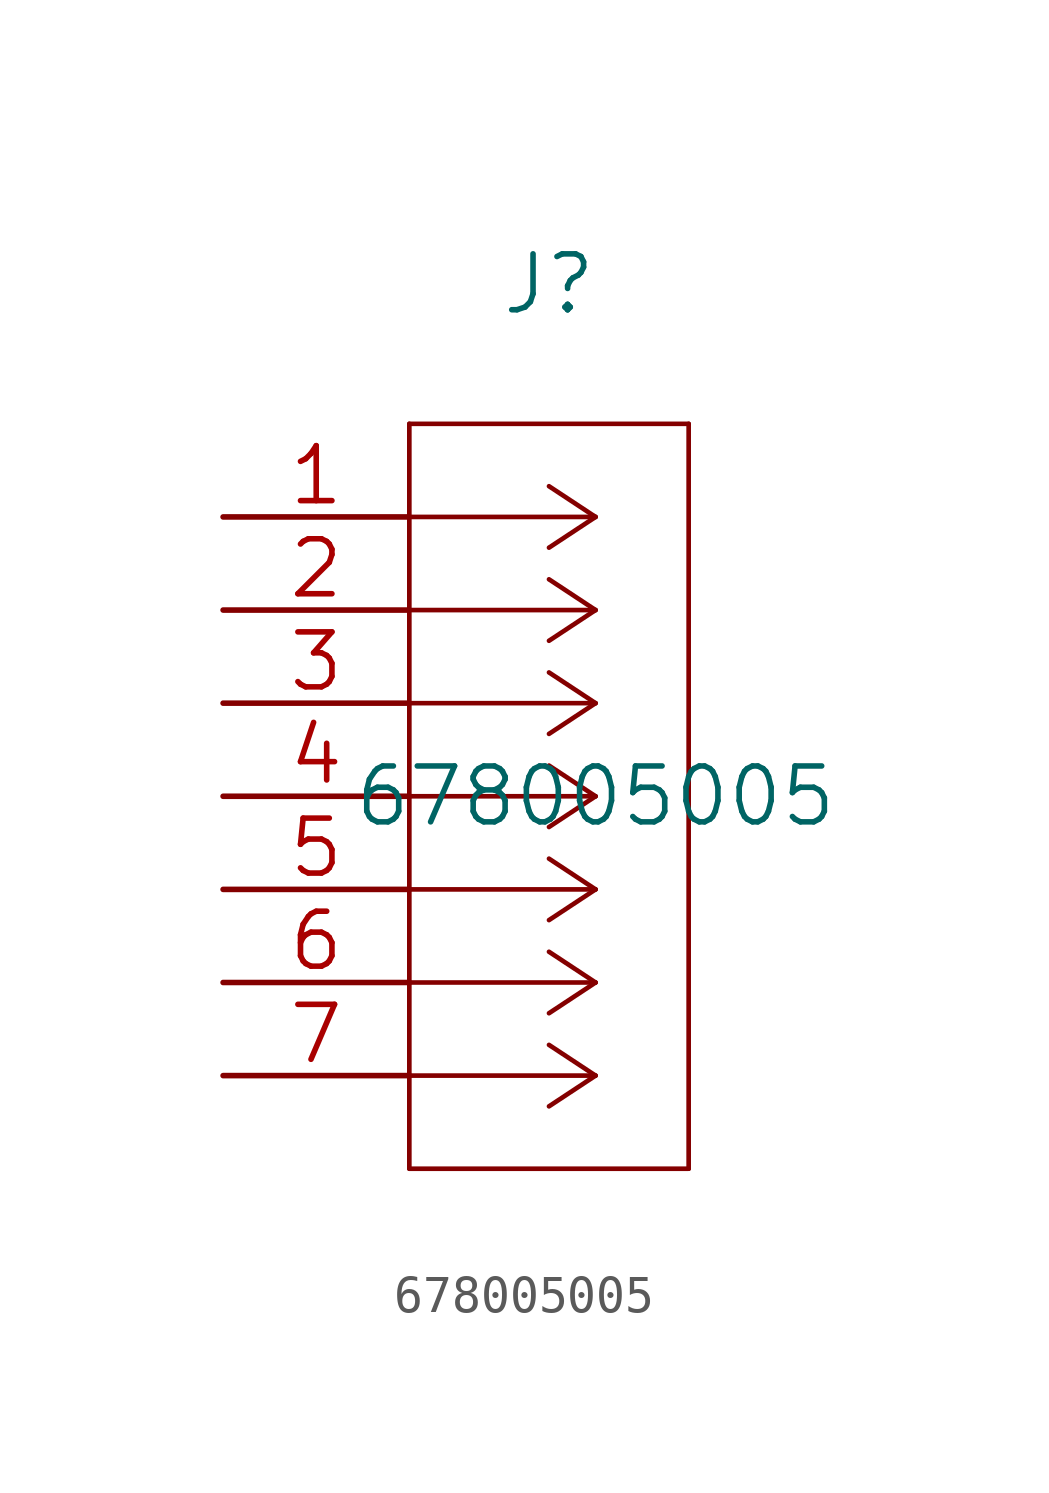
<source format=kicad_sym>
(kicad_symbol_lib
  (version 20211014)
  (generator kicad_symbol_editor)
  (symbol "678005005"
    (pin_names
      (offset 0.254) hide)
    (property "Reference" "J"
      (at 8.89 6.35 0)
      (effects (font (size 1.524 1.524))))
    (property "Value" "678005005"
      (at 10.16 -7.62 0)
      (effects (font (size 1.524 1.524))))
    (property "Datasheet" ""
      (at 0 0 0)
      (effects (font (size 1.524 1.524))))
    (property "ki_locked" ""
      (at 0 0 0)
      (effects (font (size 1.27 1.27))))
    (symbol "678005005_1_1"
      (polyline (pts (xy 5.08 -17.78) (xy 12.7 -17.78)) (stroke (width 0.127) (type default) (color 0 0 0 0)) (fill (type none)))
      (polyline (pts (xy 5.08 2.54) (xy 5.08 -17.78)) (stroke (width 0.127) (type default) (color 0 0 0 0)) (fill (type none)))
      (polyline (pts (xy 10.16 -15.24) (xy 5.08 -15.24)) (stroke (width 0.127) (type default) (color 0 0 0 0)) (fill (type none)))
      (polyline (pts (xy 10.16 -15.24) (xy 8.89 -16.078)) (stroke (width 0.127) (type default) (color 0 0 0 0)) (fill (type none)))
      (polyline (pts (xy 10.16 -15.24) (xy 8.89 -14.402)) (stroke (width 0.127) (type default) (color 0 0 0 0)) (fill (type none)))
      (polyline (pts (xy 10.16 -12.7) (xy 5.08 -12.7)) (stroke (width 0.127) (type default) (color 0 0 0 0)) (fill (type none)))
      (polyline (pts (xy 10.16 -12.7) (xy 8.89 -13.538)) (stroke (width 0.127) (type default) (color 0 0 0 0)) (fill (type none)))
      (polyline (pts (xy 10.16 -12.7) (xy 8.89 -11.862)) (stroke (width 0.127) (type default) (color 0 0 0 0)) (fill (type none)))
      (polyline (pts (xy 10.16 -10.16) (xy 5.08 -10.16)) (stroke (width 0.127) (type default) (color 0 0 0 0)) (fill (type none)))
      (polyline (pts (xy 10.16 -10.16) (xy 8.89 -10.998)) (stroke (width 0.127) (type default) (color 0 0 0 0)) (fill (type none)))
      (polyline (pts (xy 10.16 -10.16) (xy 8.89 -9.322)) (stroke (width 0.127) (type default) (color 0 0 0 0)) (fill (type none)))
      (polyline (pts (xy 10.16 -7.62) (xy 5.08 -7.62)) (stroke (width 0.127) (type default) (color 0 0 0 0)) (fill (type none)))
      (polyline (pts (xy 10.16 -7.62) (xy 8.89 -8.458)) (stroke (width 0.127) (type default) (color 0 0 0 0)) (fill (type none)))
      (polyline (pts (xy 10.16 -7.62) (xy 8.89 -6.782)) (stroke (width 0.127) (type default) (color 0 0 0 0)) (fill (type none)))
      (polyline (pts (xy 10.16 -5.08) (xy 5.08 -5.08)) (stroke (width 0.127) (type default) (color 0 0 0 0)) (fill (type none)))
      (polyline (pts (xy 10.16 -5.08) (xy 8.89 -5.918)) (stroke (width 0.127) (type default) (color 0 0 0 0)) (fill (type none)))
      (polyline (pts (xy 10.16 -5.08) (xy 8.89 -4.242)) (stroke (width 0.127) (type default) (color 0 0 0 0)) (fill (type none)))
      (polyline (pts (xy 10.16 -2.54) (xy 5.08 -2.54)) (stroke (width 0.127) (type default) (color 0 0 0 0)) (fill (type none)))
      (polyline (pts (xy 10.16 -2.54) (xy 8.89 -3.378)) (stroke (width 0.127) (type default) (color 0 0 0 0)) (fill (type none)))
      (polyline (pts (xy 10.16 -2.54) (xy 8.89 -1.702)) (stroke (width 0.127) (type default) (color 0 0 0 0)) (fill (type none)))
      (polyline (pts (xy 10.16 0) (xy 5.08 0)) (stroke (width 0.127) (type default) (color 0 0 0 0)) (fill (type none)))
      (polyline (pts (xy 10.16 0) (xy 8.89 -0.838)) (stroke (width 0.127) (type default) (color 0 0 0 0)) (fill (type none)))
      (polyline (pts (xy 10.16 0) (xy 8.89 0.838)) (stroke (width 0.127) (type default) (color 0 0 0 0)) (fill (type none)))
      (polyline (pts (xy 12.7 -17.78) (xy 12.7 2.54)) (stroke (width 0.127) (type default) (color 0 0 0 0)) (fill (type none)))
      (polyline (pts (xy 12.7 2.54) (xy 5.08 2.54)) (stroke (width 0.127) (type default) (color 0 0 0 0)) (fill (type none)))
      (pin unspecified line (at 0 0 0) (length 5.08) (name "1" (effects (font (size 1.499 1.499)))) (number "1" (effects (font (size 1.499 1.499)))))
      (pin unspecified line (at 0 -2.54 0) (length 5.08) (name "2" (effects (font (size 1.499 1.499)))) (number "2" (effects (font (size 1.499 1.499)))))
      (pin unspecified line (at 0 -5.08 0) (length 5.08) (name "3" (effects (font (size 1.499 1.499)))) (number "3" (effects (font (size 1.499 1.499)))))
      (pin unspecified line (at 0 -7.62 0) (length 5.08) (name "4" (effects (font (size 1.499 1.499)))) (number "4" (effects (font (size 1.499 1.499)))))
      (pin unspecified line (at 0 -10.16 0) (length 5.08) (name "5" (effects (font (size 1.499 1.499)))) (number "5" (effects (font (size 1.499 1.499)))))
      (pin unspecified line (at 0 -12.7 0) (length 5.08) (name "6" (effects (font (size 1.499 1.499)))) (number "6" (effects (font (size 1.499 1.499)))))
      (pin unspecified line (at 0 -15.24 0) (length 5.08) (name "7" (effects (font (size 1.499 1.499)))) (number "7" (effects (font (size 1.499 1.499))))))))
</source>
